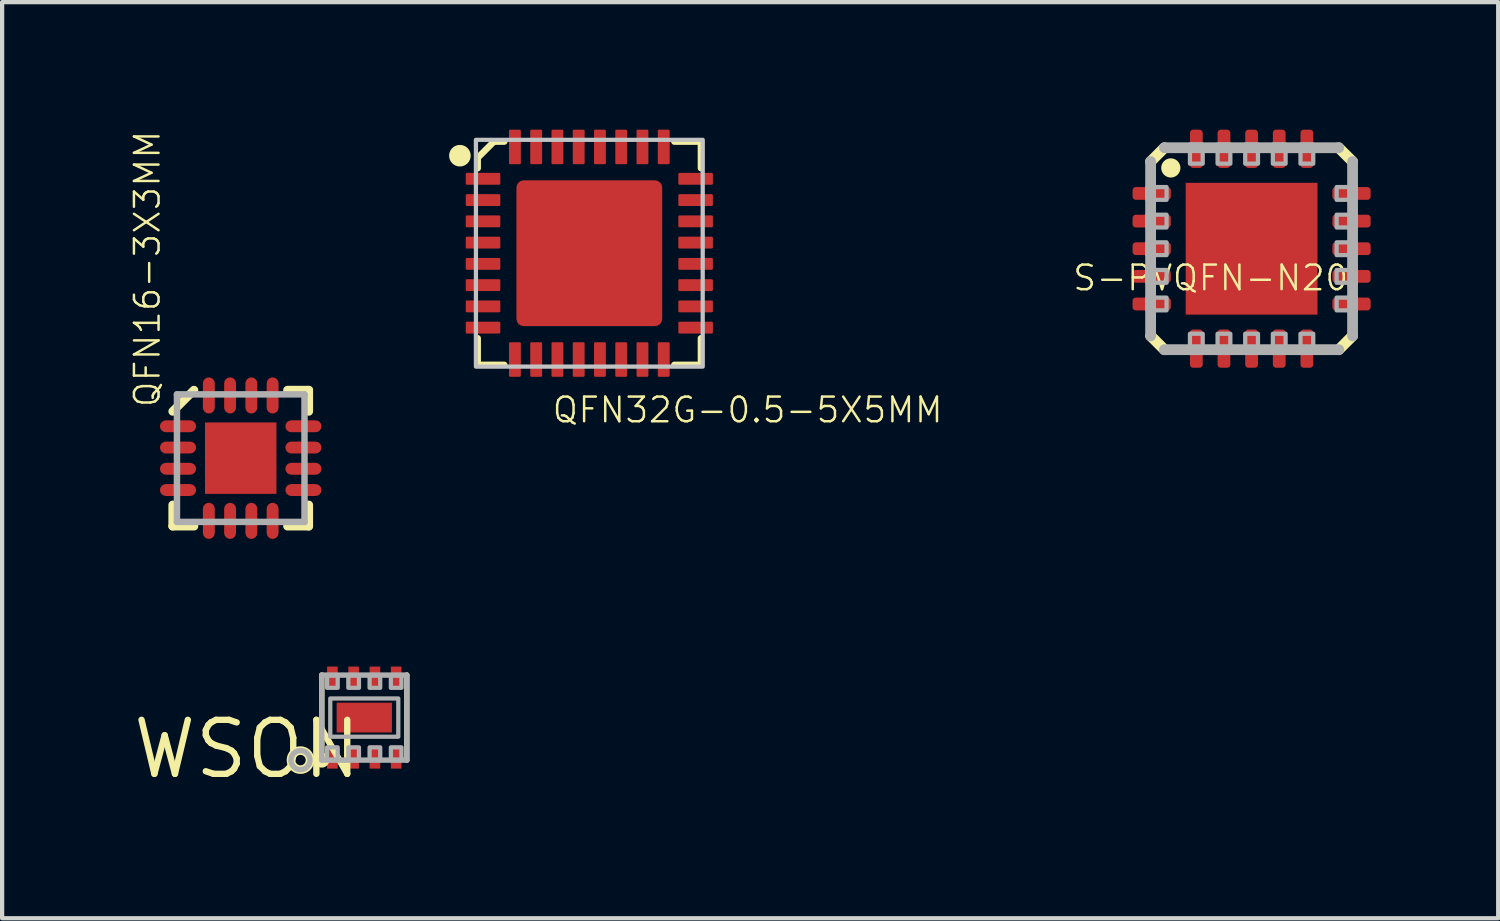
<source format=kicad_pcb>
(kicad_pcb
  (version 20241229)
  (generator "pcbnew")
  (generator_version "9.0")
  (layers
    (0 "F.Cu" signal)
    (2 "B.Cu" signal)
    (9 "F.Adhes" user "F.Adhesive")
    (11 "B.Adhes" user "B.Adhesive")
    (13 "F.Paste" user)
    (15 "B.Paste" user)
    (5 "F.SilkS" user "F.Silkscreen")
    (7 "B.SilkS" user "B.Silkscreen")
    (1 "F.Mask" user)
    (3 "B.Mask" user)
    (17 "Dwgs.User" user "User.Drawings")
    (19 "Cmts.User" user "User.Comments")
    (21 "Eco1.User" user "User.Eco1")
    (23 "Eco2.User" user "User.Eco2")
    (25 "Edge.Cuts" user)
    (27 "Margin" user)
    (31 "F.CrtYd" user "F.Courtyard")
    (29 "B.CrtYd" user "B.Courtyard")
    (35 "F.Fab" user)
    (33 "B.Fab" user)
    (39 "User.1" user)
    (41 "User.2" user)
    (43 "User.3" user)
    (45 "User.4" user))
  (footprint "S-PVQFN-N20"
    (layer "F.Cu")
    (at 26.388 2.8)
    (property "Reference" "S-PVQFN-N20" (at -4.24 1.025 180) (layer "F.SilkS") (effects (font (size 0.579 0.579) (thickness 0.058)) (justify left bottom)))
    (attr through_hole)
    (fp_line (start -2.375 -2.05) (end -2.05 -2.375) (stroke (width 0.254) (type solid)) (layer "F.SilkS"))
    (fp_line (start -2.05 2.375) (end -2.375 2.05) (stroke (width 0.254) (type solid)) (layer "F.SilkS"))
    (fp_line (start 2.05 -2.375) (end 2.375 -2.05) (stroke (width 0.254) (type solid)) (layer "F.SilkS"))
    (fp_line (start 2.375 2.05) (end 2.05 2.375) (stroke (width 0.254) (type solid)) (layer "F.SilkS"))
    (fp_circle (center -1.9 -1.9) (end -1.787 -1.9) (stroke (width 0.226) (type solid)) (fill no) (layer "F.SilkS"))
    (fp_line (start -2.375 2.05) (end -2.375 -2.05) (stroke (width 0.254) (type solid)) (layer "F.Fab"))
    (fp_line (start -2.05 -2.375) (end 2.05 -2.375) (stroke (width 0.254) (type solid)) (layer "F.Fab"))
    (fp_line (start 2.05 2.375) (end -2.05 2.375) (stroke (width 0.254) (type solid)) (layer "F.Fab"))
    (fp_line (start 2.375 -2.05) (end 2.375 2.05) (stroke (width 0.254) (type solid)) (layer "F.Fab"))
    (fp_poly (pts (xy -2.45 -1.15) (xy -2 -1.15) (xy -2 -1.45) (xy -2.45 -1.45)) (stroke (width 0.1) (type solid)) (fill no) (layer "F.Fab"))
    (fp_poly (pts (xy -2.45 -0.5) (xy -2 -0.5) (xy -2 -0.8) (xy -2.45 -0.8)) (stroke (width 0.1) (type solid)) (fill no) (layer "F.Fab"))
    (fp_poly (pts (xy -2.45 0.15) (xy -2 0.15) (xy -2 -0.15) (xy -2.45 -0.15)) (stroke (width 0.1) (type solid)) (fill no) (layer "F.Fab"))
    (fp_poly (pts (xy -2.45 0.8) (xy -2 0.8) (xy -2 0.5) (xy -2.45 0.5)) (stroke (width 0.1) (type solid)) (fill no) (layer "F.Fab"))
    (fp_poly (pts (xy -2.45 1.45) (xy -2 1.45) (xy -2 1.15) (xy -2.45 1.15)) (stroke (width 0.1) (type solid)) (fill no) (layer "F.Fab"))
    (fp_poly (pts (xy -1.45 -2) (xy -1.15 -2) (xy -1.15 -2.45) (xy -1.45 -2.45)) (stroke (width 0.1) (type solid)) (fill no) (layer "F.Fab"))
    (fp_poly (pts (xy -1.45 2.45) (xy -1.15 2.45) (xy -1.15 2) (xy -1.45 2)) (stroke (width 0.1) (type solid)) (fill no) (layer "F.Fab"))
    (fp_poly (pts (xy -0.8 -2) (xy -0.5 -2) (xy -0.5 -2.45) (xy -0.8 -2.45)) (stroke (width 0.1) (type solid)) (fill no) (layer "F.Fab"))
    (fp_poly (pts (xy -0.8 2.45) (xy -0.5 2.45) (xy -0.5 2) (xy -0.8 2)) (stroke (width 0.1) (type solid)) (fill no) (layer "F.Fab"))
    (fp_poly (pts (xy -0.15 -2) (xy 0.15 -2) (xy 0.15 -2.45) (xy -0.15 -2.45)) (stroke (width 0.1) (type solid)) (fill no) (layer "F.Fab"))
    (fp_poly (pts (xy -0.15 2.45) (xy 0.15 2.45) (xy 0.15 2) (xy -0.15 2)) (stroke (width 0.1) (type solid)) (fill no) (layer "F.Fab"))
    (fp_poly (pts (xy 0.5 -2) (xy 0.8 -2) (xy 0.8 -2.45) (xy 0.5 -2.45)) (stroke (width 0.1) (type solid)) (fill no) (layer "F.Fab"))
    (fp_poly (pts (xy 0.5 2.45) (xy 0.8 2.45) (xy 0.8 2) (xy 0.5 2)) (stroke (width 0.1) (type solid)) (fill no) (layer "F.Fab"))
    (fp_poly (pts (xy 1.15 -2) (xy 1.45 -2) (xy 1.45 -2.45) (xy 1.15 -2.45)) (stroke (width 0.1) (type solid)) (fill no) (layer "F.Fab"))
    (fp_poly (pts (xy 1.15 2.45) (xy 1.45 2.45) (xy 1.45 2) (xy 1.15 2)) (stroke (width 0.1) (type solid)) (fill no) (layer "F.Fab"))
    (fp_poly (pts (xy 2 -1.15) (xy 2.45 -1.15) (xy 2.45 -1.45) (xy 2 -1.45)) (stroke (width 0.1) (type solid)) (fill no) (layer "F.Fab"))
    (fp_poly (pts (xy 2 -0.5) (xy 2.45 -0.5) (xy 2.45 -0.8) (xy 2 -0.8)) (stroke (width 0.1) (type solid)) (fill no) (layer "F.Fab"))
    (fp_poly (pts (xy 2 0.15) (xy 2.45 0.15) (xy 2.45 -0.15) (xy 2 -0.15)) (stroke (width 0.1) (type solid)) (fill no) (layer "F.Fab"))
    (fp_poly (pts (xy 2 0.8) (xy 2.45 0.8) (xy 2.45 0.5) (xy 2 0.5)) (stroke (width 0.1) (type solid)) (fill no) (layer "F.Fab"))
    (fp_poly (pts (xy 2 1.45) (xy 2.45 1.45) (xy 2.45 1.15) (xy 2 1.15)) (stroke (width 0.1) (type solid)) (fill no) (layer "F.Fab"))
    (pad "1" smd roundrect (at -2.35 -1.3) (size 0.9 0.3) (layers "F.Cu" "F.Mask" "F.Paste") (roundrect_rratio 0.25))
    (pad "2" smd roundrect (at -2.35 -0.65) (size 0.9 0.3) (layers "F.Cu" "F.Mask" "F.Paste") (roundrect_rratio 0.25))
    (pad "3" smd roundrect (at -2.35 0) (size 0.9 0.3) (layers "F.Cu" "F.Mask" "F.Paste") (roundrect_rratio 0.25))
    (pad "4" smd roundrect (at -2.35 0.65) (size 0.9 0.3) (layers "F.Cu" "F.Mask" "F.Paste") (roundrect_rratio 0.25))
    (pad "5" smd roundrect (at -2.35 1.3) (size 0.9 0.3) (layers "F.Cu" "F.Mask" "F.Paste") (roundrect_rratio 0.25))
    (pad "6" smd roundrect (at -1.3 2.35) (size 0.3 0.9) (layers "F.Cu" "F.Mask" "F.Paste") (roundrect_rratio 0.25))
    (pad "7" smd roundrect (at -0.65 2.35) (size 0.3 0.9) (layers "F.Cu" "F.Mask" "F.Paste") (roundrect_rratio 0.25))
    (pad "8" smd roundrect (at 0 2.35) (size 0.3 0.9) (layers "F.Cu" "F.Mask" "F.Paste") (roundrect_rratio 0.25))
    (pad "9" smd roundrect (at 0.65 2.35) (size 0.3 0.9) (layers "F.Cu" "F.Mask" "F.Paste") (roundrect_rratio 0.25))
    (pad "10" smd roundrect (at 1.3 2.35) (size 0.3 0.9) (layers "F.Cu" "F.Mask" "F.Paste") (roundrect_rratio 0.25))
    (pad "11" smd roundrect (at 2.35 1.3) (size 0.9 0.3) (layers "F.Cu" "F.Mask" "F.Paste") (roundrect_rratio 0.25))
    (pad "12" smd roundrect (at 2.35 0.65) (size 0.9 0.3) (layers "F.Cu" "F.Mask" "F.Paste") (roundrect_rratio 0.25))
    (pad "13" smd roundrect (at 2.35 0) (size 0.9 0.3) (layers "F.Cu" "F.Mask" "F.Paste") (roundrect_rratio 0.25))
    (pad "14" smd roundrect (at 2.35 -0.65) (size 0.9 0.3) (layers "F.Cu" "F.Mask" "F.Paste") (roundrect_rratio 0.25))
    (pad "15" smd roundrect (at 2.35 -1.3) (size 0.9 0.3) (layers "F.Cu" "F.Mask" "F.Paste") (roundrect_rratio 0.25))
    (pad "16" smd roundrect (at 1.3 -2.35) (size 0.3 0.9) (layers "F.Cu" "F.Mask" "F.Paste") (roundrect_rratio 0.25))
    (pad "17" smd roundrect (at 0.65 -2.35) (size 0.3 0.9) (layers "F.Cu" "F.Mask" "F.Paste") (roundrect_rratio 0.25))
    (pad "18" smd roundrect (at 0 -2.35) (size 0.3 0.9) (layers "F.Cu" "F.Mask" "F.Paste") (roundrect_rratio 0.25))
    (pad "19" smd roundrect (at -0.65 -2.35) (size 0.3 0.9) (layers "F.Cu" "F.Mask" "F.Paste") (roundrect_rratio 0.25))
    (pad "20" smd roundrect (at -1.3 -2.35) (size 0.3 0.9) (layers "F.Cu" "F.Mask" "F.Paste") (roundrect_rratio 0.25))
    (pad "EXP" smd rect (at 0 0) (size 3.1 3.1) (layers "F.Cu" "F.Mask" "F.Paste")))
  (footprint "QFN32G-0.5-5X5MM"
    (layer "F.Cu")
    (at 10.811 2.906)
    (property "Reference" "QFN32G-0.5-5X5MM" (at -0.905 4.025 180) (layer "F.SilkS") (effects (font (size 0.579 0.579) (thickness 0.058)) (justify left bottom)))
    (attr through_hole)
    (fp_line (start -2.625 -2.244) (end -2.244 -2.625) (stroke (width 0.152) (type solid)) (layer "F.SilkS"))
    (fp_line (start -2.625 -2) (end -2.625 -2.244) (stroke (width 0.152) (type solid)) (layer "F.SilkS"))
    (fp_line (start -2.625 2.625) (end -2.625 2) (stroke (width 0.152) (type solid)) (layer "F.SilkS"))
    (fp_line (start -2.244 -2.625) (end -2 -2.625) (stroke (width 0.152) (type solid)) (layer "F.SilkS"))
    (fp_line (start -2 2.625) (end -2.625 2.625) (stroke (width 0.152) (type solid)) (layer "F.SilkS"))
    (fp_line (start 2 -2.625) (end 2.625 -2.625) (stroke (width 0.152) (type solid)) (layer "F.SilkS"))
    (fp_line (start 2.625 -2.625) (end 2.625 -2) (stroke (width 0.152) (type solid)) (layer "F.SilkS"))
    (fp_line (start 2.625 2) (end 2.625 2.625) (stroke (width 0.152) (type solid)) (layer "F.SilkS"))
    (fp_line (start 2.625 2.625) (end 2 2.625) (stroke (width 0.152) (type solid)) (layer "F.SilkS"))
    (fp_circle (center -3.044 -2.294) (end -2.917 -2.294) (stroke (width 0.254) (type solid)) (fill no) (layer "F.SilkS"))
    (fp_circle (center -1.016 -1.016) (end -0.826 -1.016) (stroke (width 0.381) (type solid)) (fill no) (layer "F.Paste"))
    (fp_circle (center -1.016 1.016) (end -0.826 1.016) (stroke (width 0.381) (type solid)) (fill no) (layer "F.Paste"))
    (fp_circle (center 0 0) (end 0.191 0) (stroke (width 0.381) (type solid)) (fill no) (layer "F.Paste"))
    (fp_circle (center 1.016 -1.016) (end 1.206 -1.016) (stroke (width 0.381) (type solid)) (fill no) (layer "F.Paste"))
    (fp_circle (center 1.016 1.016) (end 1.206 1.016) (stroke (width 0.381) (type solid)) (fill no) (layer "F.Paste"))
    (fp_poly (pts (xy -2.667 2.667) (xy 2.667 2.667) (xy 2.667 -2.667) (xy -2.667 -2.667)) (stroke (width 0.1) (type solid)) (fill no) (layer "Dwgs.User"))
    (pad "1" smd roundrect (at -2.5 -1.75) (size 0.813 0.279) (layers "F.Cu" "F.Mask" "F.Paste") (roundrect_rratio 0.1))
    (pad "2" smd roundrect (at -2.5 -1.25) (size 0.813 0.279) (layers "F.Cu" "F.Mask" "F.Paste") (roundrect_rratio 0.1))
    (pad "3" smd roundrect (at -2.5 -0.75) (size 0.813 0.279) (layers "F.Cu" "F.Mask" "F.Paste") (roundrect_rratio 0.1))
    (pad "4" smd roundrect (at -2.5 -0.25) (size 0.813 0.279) (layers "F.Cu" "F.Mask" "F.Paste") (roundrect_rratio 0.1))
    (pad "5" smd roundrect (at -2.5 0.25) (size 0.813 0.279) (layers "F.Cu" "F.Mask" "F.Paste") (roundrect_rratio 0.1))
    (pad "6" smd roundrect (at -2.5 0.75) (size 0.813 0.279) (layers "F.Cu" "F.Mask" "F.Paste") (roundrect_rratio 0.1))
    (pad "7" smd roundrect (at -2.5 1.25) (size 0.813 0.279) (layers "F.Cu" "F.Mask" "F.Paste") (roundrect_rratio 0.1))
    (pad "8" smd roundrect (at -2.5 1.75) (size 0.813 0.279) (layers "F.Cu" "F.Mask" "F.Paste") (roundrect_rratio 0.1))
    (pad "9" smd roundrect (at -1.75 2.5 90) (size 0.813 0.279) (layers "F.Cu" "F.Mask" "F.Paste") (roundrect_rratio 0.1))
    (pad "10" smd roundrect (at -1.25 2.5 90) (size 0.813 0.279) (layers "F.Cu" "F.Mask" "F.Paste") (roundrect_rratio 0.1))
    (pad "11" smd roundrect (at -0.75 2.5 90) (size 0.813 0.279) (layers "F.Cu" "F.Mask" "F.Paste") (roundrect_rratio 0.1))
    (pad "12" smd roundrect (at -0.25 2.5 90) (size 0.813 0.279) (layers "F.Cu" "F.Mask" "F.Paste") (roundrect_rratio 0.1))
    (pad "13" smd roundrect (at 0.25 2.5 90) (size 0.813 0.279) (layers "F.Cu" "F.Mask" "F.Paste") (roundrect_rratio 0.1))
    (pad "14" smd roundrect (at 0.75 2.5 90) (size 0.813 0.279) (layers "F.Cu" "F.Mask" "F.Paste") (roundrect_rratio 0.1))
    (pad "15" smd roundrect (at 1.25 2.5 90) (size 0.813 0.279) (layers "F.Cu" "F.Mask" "F.Paste") (roundrect_rratio 0.1))
    (pad "16" smd roundrect (at 1.75 2.5 90) (size 0.813 0.279) (layers "F.Cu" "F.Mask" "F.Paste") (roundrect_rratio 0.1))
    (pad "17" smd roundrect (at 2.5 1.75 180) (size 0.813 0.279) (layers "F.Cu" "F.Mask" "F.Paste") (roundrect_rratio 0.1))
    (pad "18" smd roundrect (at 2.5 1.25 180) (size 0.813 0.279) (layers "F.Cu" "F.Mask" "F.Paste") (roundrect_rratio 0.1))
    (pad "19" smd roundrect (at 2.5 0.75 180) (size 0.813 0.279) (layers "F.Cu" "F.Mask" "F.Paste") (roundrect_rratio 0.1))
    (pad "20" smd roundrect (at 2.5 0.25 180) (size 0.813 0.279) (layers "F.Cu" "F.Mask" "F.Paste") (roundrect_rratio 0.1))
    (pad "21" smd roundrect (at 2.5 -0.25 180) (size 0.813 0.279) (layers "F.Cu" "F.Mask" "F.Paste") (roundrect_rratio 0.1))
    (pad "22" smd roundrect (at 2.5 -0.75 180) (size 0.813 0.279) (layers "F.Cu" "F.Mask" "F.Paste") (roundrect_rratio 0.1))
    (pad "23" smd roundrect (at 2.5 -1.25 180) (size 0.813 0.279) (layers "F.Cu" "F.Mask" "F.Paste") (roundrect_rratio 0.1))
    (pad "24" smd roundrect (at 2.5 -1.75 180) (size 0.813 0.279) (layers "F.Cu" "F.Mask" "F.Paste") (roundrect_rratio 0.1))
    (pad "25" smd roundrect (at 1.75 -2.5 270) (size 0.813 0.279) (layers "F.Cu" "F.Mask" "F.Paste") (roundrect_rratio 0.1))
    (pad "26" smd roundrect (at 1.25 -2.5 270) (size 0.813 0.279) (layers "F.Cu" "F.Mask" "F.Paste") (roundrect_rratio 0.1))
    (pad "27" smd roundrect (at 0.75 -2.5 270) (size 0.813 0.279) (layers "F.Cu" "F.Mask" "F.Paste") (roundrect_rratio 0.1))
    (pad "28" smd roundrect (at 0.25 -2.5 270) (size 0.813 0.279) (layers "F.Cu" "F.Mask" "F.Paste") (roundrect_rratio 0.1))
    (pad "29" smd roundrect (at -0.25 -2.5 270) (size 0.813 0.279) (layers "F.Cu" "F.Mask" "F.Paste") (roundrect_rratio 0.1))
    (pad "30" smd roundrect (at -0.75 -2.5 270) (size 0.813 0.279) (layers "F.Cu" "F.Mask" "F.Paste") (roundrect_rratio 0.1))
    (pad "31" smd roundrect (at -1.25 -2.5 270) (size 0.813 0.279) (layers "F.Cu" "F.Mask" "F.Paste") (roundrect_rratio 0.1))
    (pad "32" smd roundrect (at -1.75 -2.5 270) (size 0.813 0.279) (layers "F.Cu" "F.Mask" "F.Paste") (roundrect_rratio 0.1))
    (pad "33" smd roundrect (at 0 0) (size 3.429 3.429) (layers "F.Cu" "F.Mask") (roundrect_rratio 0.05)))
  (footprint "WSON"
    (layer "F.Cu")
    (at 5.518 13.828)
    (property "Reference" "WSON" (at 0 0 0) (layer "F.SilkS") (effects (font (size 1.27 1.27) (thickness 0.15)) (justify right top)))
    (attr through_hole)
    (fp_line (start -1 -1) (end -1 1) (stroke (width 0.127) (type solid)) (layer "F.SilkS"))
    (fp_line (start 1 -1) (end 1 1) (stroke (width 0.127) (type solid)) (layer "F.SilkS"))
    (fp_circle (center -1.5 1) (end -1.276 1) (stroke (width 0.203) (type solid)) (fill no) (layer "F.SilkS"))
    (fp_circle (center -1 1) (end -0.95 1) (stroke (width 0.127) (type solid)) (fill no) (layer "F.SilkS"))
    (fp_poly (pts (xy -0.65 0.35) (xy 0.65 0.35) (xy 0.65 -0.35) (xy -0.65 -0.35)) (stroke (width 0) (type solid)) (fill yes) (layer "F.Paste"))
    (fp_line (start -1 -1) (end 1 -1) (stroke (width 0.127) (type solid)) (layer "F.Fab"))
    (fp_line (start -1 1) (end -1 -1) (stroke (width 0.127) (type solid)) (layer "F.Fab"))
    (fp_line (start 1 -1) (end 1 1) (stroke (width 0.127) (type solid)) (layer "F.Fab"))
    (fp_line (start 1 1) (end -1 1) (stroke (width 0.127) (type solid)) (layer "F.Fab"))
    (fp_circle (center -1.5 1) (end -1.276 1) (stroke (width 0.127) (type solid)) (fill no) (layer "F.Fab"))
    (fp_poly (pts (xy -0.875 1) (xy -0.625 1) (xy -0.625 0.7) (xy -0.875 0.7)) (stroke (width 0.1) (type solid)) (fill no) (layer "F.Fab"))
    (fp_poly (pts (xy -0.8 0.45) (xy 0.8 0.45) (xy 0.8 -0.45) (xy -0.8 -0.45)) (stroke (width 0.1) (type solid)) (fill no) (layer "F.Fab"))
    (fp_poly (pts (xy -0.625 -1) (xy -0.875 -1) (xy -0.875 -0.7) (xy -0.625 -0.7)) (stroke (width 0.1) (type solid)) (fill no) (layer "F.Fab"))
    (fp_poly (pts (xy -0.375 1) (xy -0.125 1) (xy -0.125 0.7) (xy -0.375 0.7)) (stroke (width 0.1) (type solid)) (fill no) (layer "F.Fab"))
    (fp_poly (pts (xy -0.125 -1) (xy -0.375 -1) (xy -0.375 -0.7) (xy -0.125 -0.7)) (stroke (width 0.1) (type solid)) (fill no) (layer "F.Fab"))
    (fp_poly (pts (xy 0.125 1) (xy 0.375 1) (xy 0.375 0.7) (xy 0.125 0.7)) (stroke (width 0.1) (type solid)) (fill no) (layer "F.Fab"))
    (fp_poly (pts (xy 0.375 -1) (xy 0.125 -1) (xy 0.125 -0.7) (xy 0.375 -0.7)) (stroke (width 0.1) (type solid)) (fill no) (layer "F.Fab"))
    (fp_poly (pts (xy 0.625 1) (xy 0.875 1) (xy 0.875 0.7) (xy 0.625 0.7)) (stroke (width 0.1) (type solid)) (fill no) (layer "F.Fab"))
    (fp_poly (pts (xy 0.875 -1) (xy 0.625 -1) (xy 0.625 -0.7) (xy 0.875 -0.7)) (stroke (width 0.1) (type solid)) (fill no) (layer "F.Fab"))
    (pad "1" smd rect (at -0.75 0.95) (size 0.25 0.5) (layers "F.Cu" "F.Mask" "F.Paste"))
    (pad "2" smd rect (at -0.25 0.95) (size 0.25 0.5) (layers "F.Cu" "F.Mask" "F.Paste"))
    (pad "3" smd rect (at 0.25 0.95) (size 0.25 0.5) (layers "F.Cu" "F.Mask" "F.Paste"))
    (pad "4" smd rect (at 0.75 0.95) (size 0.25 0.5) (layers "F.Cu" "F.Mask" "F.Paste"))
    (pad "5" smd rect (at 0.75 -0.95) (size 0.25 0.5) (layers "F.Cu" "F.Mask" "F.Paste"))
    (pad "6" smd rect (at 0.25 -0.95) (size 0.25 0.5) (layers "F.Cu" "F.Mask" "F.Paste"))
    (pad "7" smd rect (at -0.25 -0.95) (size 0.25 0.5) (layers "F.Cu" "F.Mask" "F.Paste"))
    (pad "8" smd rect (at -0.75 -0.95) (size 0.25 0.5) (layers "F.Cu" "F.Mask" "F.Paste"))
    (pad "PAD" smd rect (at 0 0) (size 1.3 0.7) (layers "F.Cu" "F.Mask")))
  (footprint "QFN16-3X3MM"
    (layer "F.Cu")
    (at 2.612 7.726)
    (property "Reference" "QFN16-3X3MM" (at -1.859 -1.16 90) (layer "F.SilkS") (effects (font (size 0.579 0.579) (thickness 0.058)) (justify left bottom)))
    (attr through_hole)
    (fp_line (start -1.6 -1.1) (end -1.1 -1.6) (stroke (width 0.203) (type solid)) (layer "F.SilkS"))
    (fp_line (start -1.6 1.6) (end -1.6 1.1) (stroke (width 0.203) (type solid)) (layer "F.SilkS"))
    (fp_line (start -1.1 1.6) (end -1.6 1.6) (stroke (width 0.203) (type solid)) (layer "F.SilkS"))
    (fp_line (start 1.1 -1.6) (end 1.6 -1.6) (stroke (width 0.203) (type solid)) (layer "F.SilkS"))
    (fp_line (start 1.6 -1.6) (end 1.6 -1.1) (stroke (width 0.203) (type solid)) (layer "F.SilkS"))
    (fp_line (start 1.6 1.1) (end 1.6 1.6) (stroke (width 0.203) (type solid)) (layer "F.SilkS"))
    (fp_line (start 1.6 1.6) (end 1.1 1.6) (stroke (width 0.203) (type solid)) (layer "F.SilkS"))
    (fp_line (start -1.8 -0.75) (end -1.15 -0.75) (stroke (width 0.203) (type solid)) (layer "F.Paste"))
    (fp_line (start -1.8 -0.25) (end -1.15 -0.25) (stroke (width 0.203) (type solid)) (layer "F.Paste"))
    (fp_line (start -1.8 0.25) (end -1.15 0.25) (stroke (width 0.203) (type solid)) (layer "F.Paste"))
    (fp_line (start -1.8 0.75) (end -1.15 0.75) (stroke (width 0.203) (type solid)) (layer "F.Paste"))
    (fp_line (start -0.75 -1.8) (end -0.75 -1.15) (stroke (width 0.203) (type solid)) (layer "F.Paste"))
    (fp_line (start -0.75 1.8) (end -0.75 1.15) (stroke (width 0.203) (type solid)) (layer "F.Paste"))
    (fp_line (start -0.25 -1.8) (end -0.25 -1.15) (stroke (width 0.203) (type solid)) (layer "F.Paste"))
    (fp_line (start -0.25 1.8) (end -0.25 1.15) (stroke (width 0.203) (type solid)) (layer "F.Paste"))
    (fp_line (start 0.25 -1.8) (end 0.25 -1.15) (stroke (width 0.203) (type solid)) (layer "F.Paste"))
    (fp_line (start 0.25 1.8) (end 0.25 1.15) (stroke (width 0.203) (type solid)) (layer "F.Paste"))
    (fp_line (start 0.75 -1.8) (end 0.75 -1.15) (stroke (width 0.203) (type solid)) (layer "F.Paste"))
    (fp_line (start 0.75 1.8) (end 0.75 1.15) (stroke (width 0.203) (type solid)) (layer "F.Paste"))
    (fp_line (start 1.8 -0.75) (end 1.15 -0.75) (stroke (width 0.203) (type solid)) (layer "F.Paste"))
    (fp_line (start 1.8 -0.25) (end 1.15 -0.25) (stroke (width 0.203) (type solid)) (layer "F.Paste"))
    (fp_line (start 1.8 0.25) (end 1.15 0.25) (stroke (width 0.203) (type solid)) (layer "F.Paste"))
    (fp_line (start 1.8 0.75) (end 1.15 0.75) (stroke (width 0.203) (type solid)) (layer "F.Paste"))
    (fp_poly (pts (xy -0.6 -0.15) (xy -0.15 -0.15) (xy -0.15 -0.6) (xy -0.6 -0.6)) (stroke (width 0) (type solid)) (fill yes) (layer "F.Paste"))
    (fp_poly (pts (xy -0.6 0.6) (xy -0.15 0.6) (xy -0.15 0.15) (xy -0.6 0.15)) (stroke (width 0) (type solid)) (fill yes) (layer "F.Paste"))
    (fp_poly (pts (xy 0.15 -0.15) (xy 0.6 -0.15) (xy 0.6 -0.6) (xy 0.15 -0.6)) (stroke (width 0) (type solid)) (fill yes) (layer "F.Paste"))
    (fp_poly (pts (xy 0.15 0.6) (xy 0.6 0.6) (xy 0.6 0.15) (xy 0.15 0.15)) (stroke (width 0) (type solid)) (fill yes) (layer "F.Paste"))
    (fp_line (start -1.5 -1.5) (end -1.5 1.5) (stroke (width 0.152) (type solid)) (layer "F.Fab"))
    (fp_line (start -1.5 1.5) (end 1.5 1.5) (stroke (width 0.152) (type solid)) (layer "F.Fab"))
    (fp_line (start 1.5 -1.5) (end -1.5 -1.5) (stroke (width 0.152) (type solid)) (layer "F.Fab"))
    (fp_line (start 1.5 1.5) (end 1.5 -1.5) (stroke (width 0.152) (type solid)) (layer "F.Fab"))
    (pad "1" smd roundrect (at -1.475 -0.75) (size 0.85 0.28) (layers "F.Cu" "F.Mask") (roundrect_rratio 0.5))
    (pad "2" smd roundrect (at -1.475 -0.25) (size 0.85 0.28) (layers "F.Cu" "F.Mask") (roundrect_rratio 0.5))
    (pad "3" smd roundrect (at -1.475 0.25) (size 0.85 0.28) (layers "F.Cu" "F.Mask") (roundrect_rratio 0.5))
    (pad "4" smd roundrect (at -1.475 0.75) (size 0.85 0.28) (layers "F.Cu" "F.Mask") (roundrect_rratio 0.5))
    (pad "5" smd roundrect (at -0.75 1.475 90) (size 0.85 0.28) (layers "F.Cu" "F.Mask") (roundrect_rratio 0.5))
    (pad "6" smd roundrect (at -0.25 1.475 90) (size 0.85 0.28) (layers "F.Cu" "F.Mask") (roundrect_rratio 0.5))
    (pad "7" smd roundrect (at 0.25 1.475 90) (size 0.85 0.28) (layers "F.Cu" "F.Mask") (roundrect_rratio 0.5))
    (pad "8" smd roundrect (at 0.75 1.475 90) (size 0.85 0.28) (layers "F.Cu" "F.Mask") (roundrect_rratio 0.5))
    (pad "9" smd roundrect (at 1.475 0.75 180) (size 0.85 0.28) (layers "F.Cu" "F.Mask") (roundrect_rratio 0.5))
    (pad "10" smd roundrect (at 1.475 0.25 180) (size 0.85 0.28) (layers "F.Cu" "F.Mask") (roundrect_rratio 0.5))
    (pad "11" smd roundrect (at 1.475 -0.25 180) (size 0.85 0.28) (layers "F.Cu" "F.Mask") (roundrect_rratio 0.5))
    (pad "12" smd roundrect (at 1.475 -0.75 180) (size 0.85 0.28) (layers "F.Cu" "F.Mask") (roundrect_rratio 0.5))
    (pad "13" smd roundrect (at 0.75 -1.475 270) (size 0.85 0.28) (layers "F.Cu" "F.Mask") (roundrect_rratio 0.5))
    (pad "14" smd roundrect (at 0.25 -1.475 270) (size 0.85 0.28) (layers "F.Cu" "F.Mask") (roundrect_rratio 0.5))
    (pad "15" smd roundrect (at -0.25 -1.475 270) (size 0.85 0.28) (layers "F.Cu" "F.Mask") (roundrect_rratio 0.5))
    (pad "16" smd roundrect (at -0.75 -1.475 270) (size 0.85 0.28) (layers "F.Cu" "F.Mask") (roundrect_rratio 0.5))
    (pad "EXT" smd rect (at 0 0) (size 1.68 1.68) (layers "F.Cu" "F.Mask")))
  (gr_rect
    (start -3 -3)
    (end 32.188 18.548)
    (stroke (width 0.1) (type default))
    (fill no)
    (layer "Edge.Cuts")))
</source>
